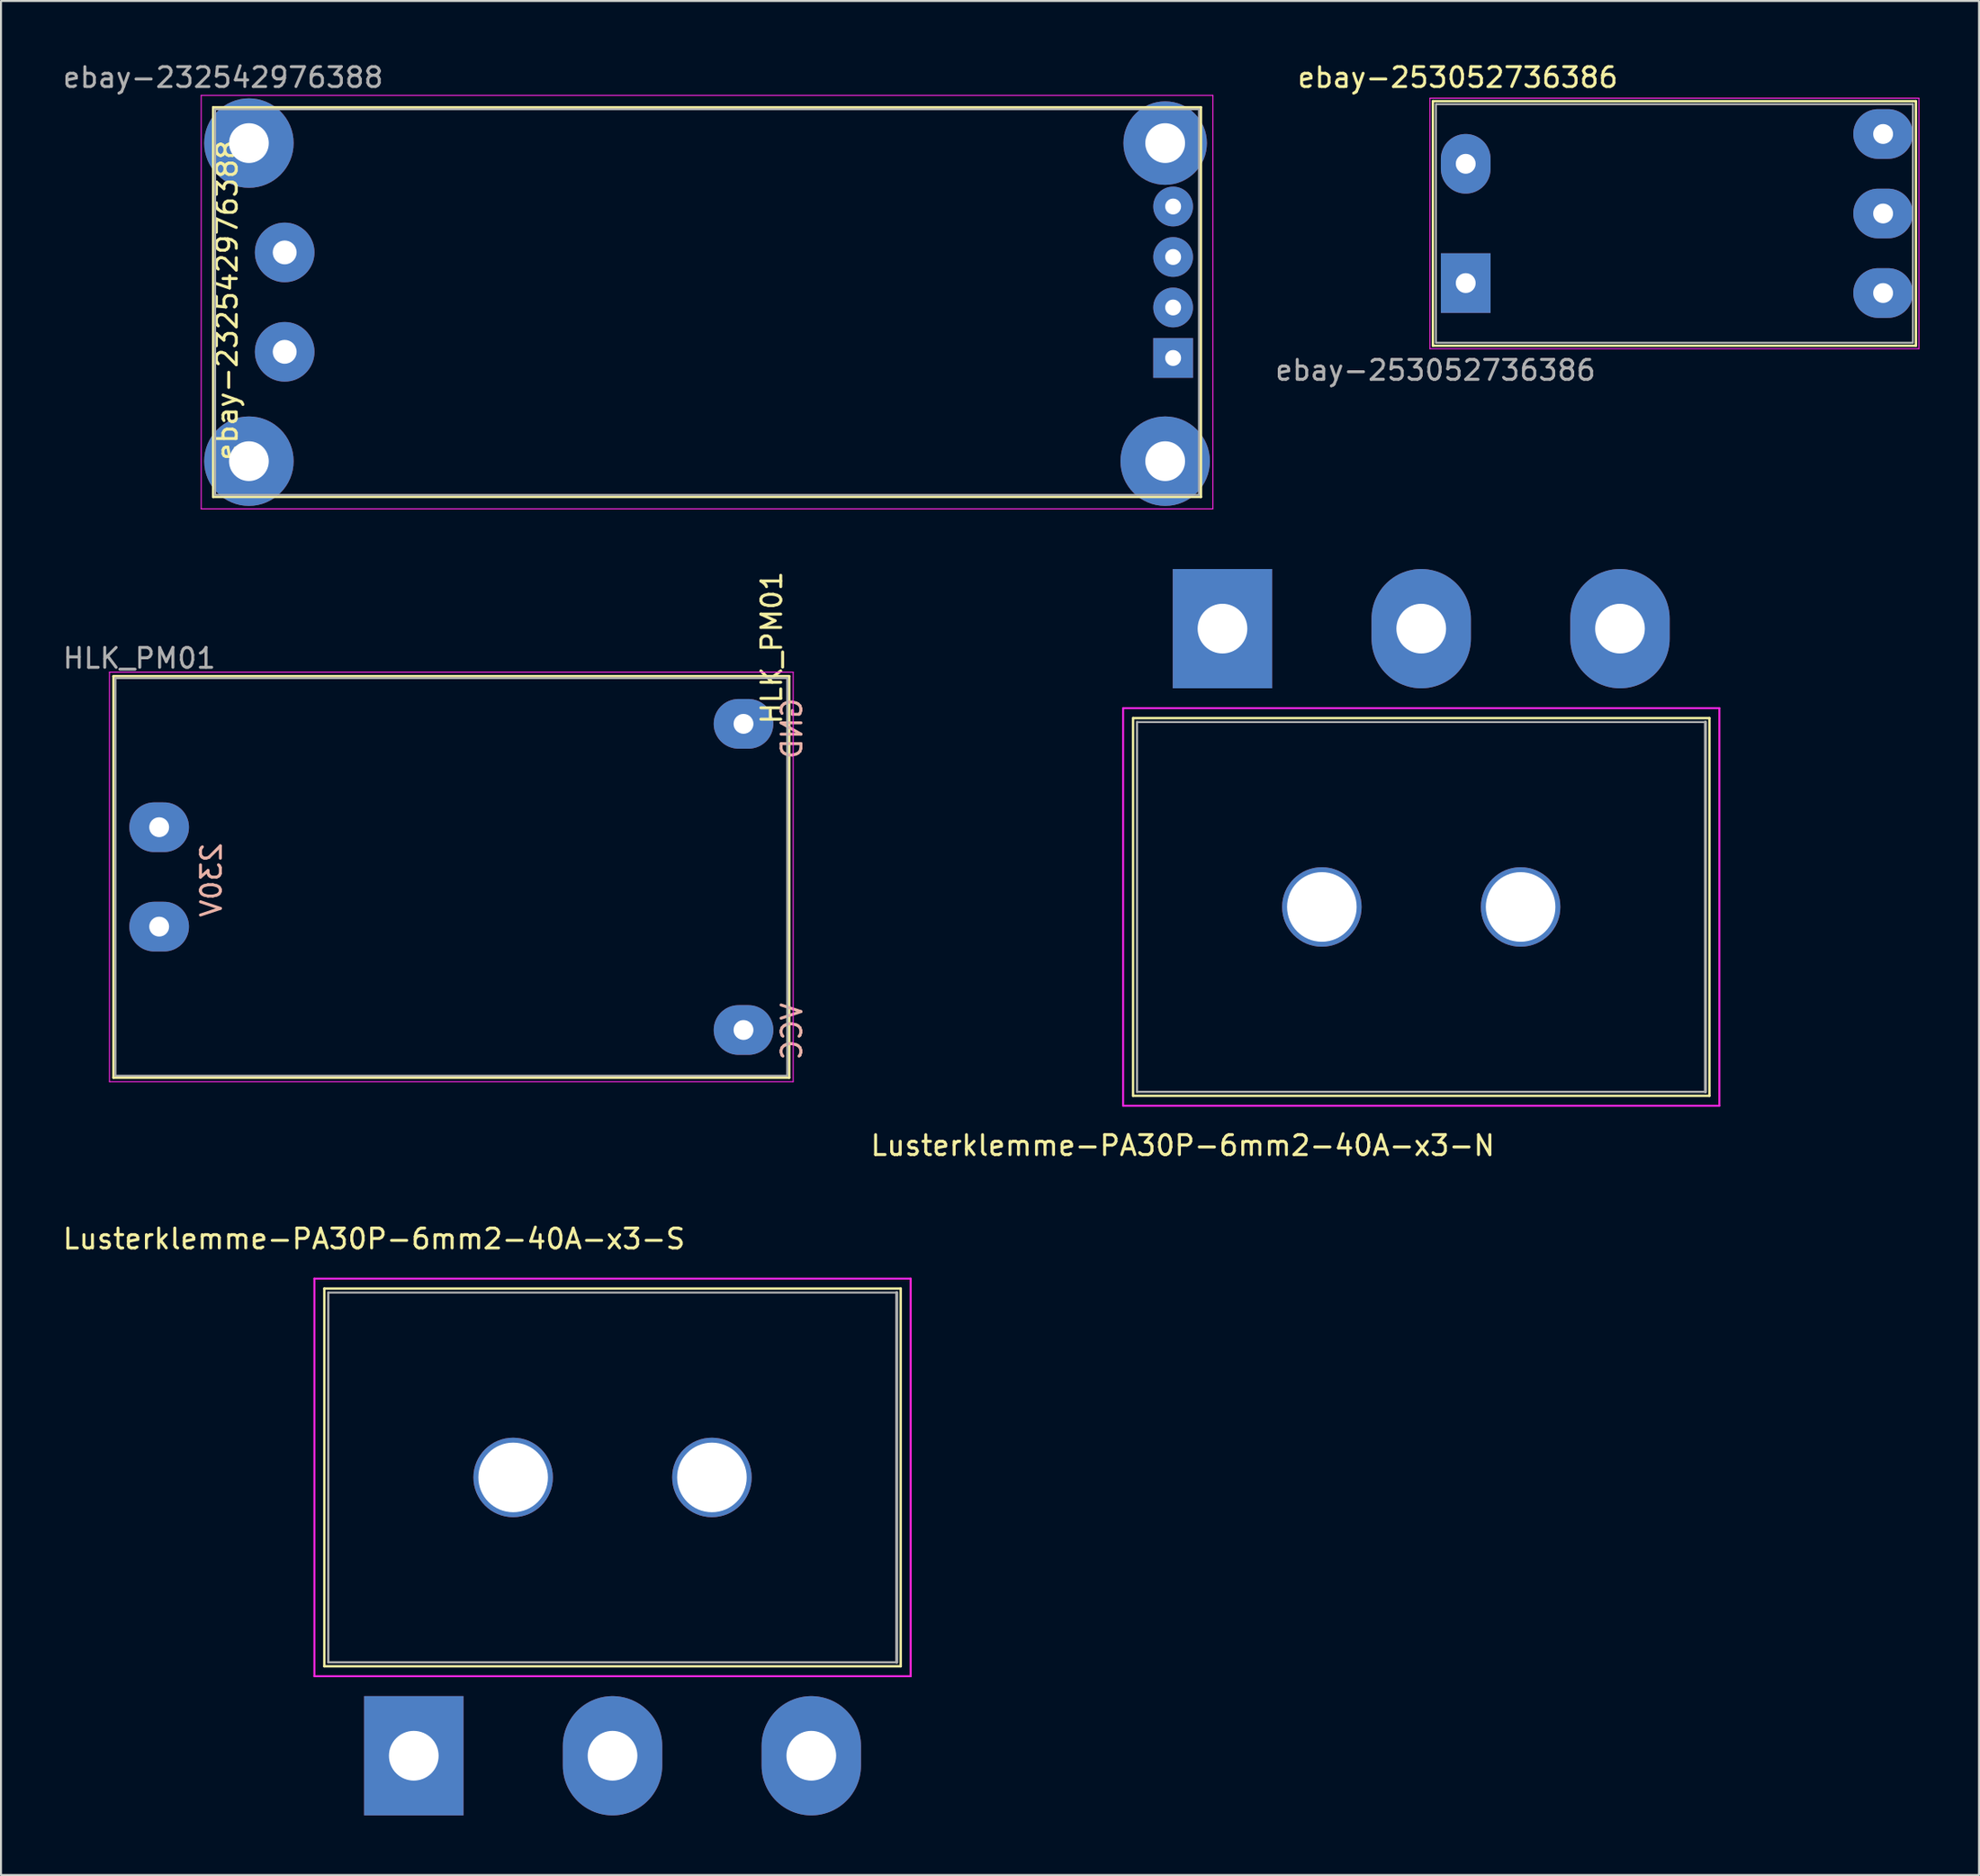
<source format=kicad_pcb>
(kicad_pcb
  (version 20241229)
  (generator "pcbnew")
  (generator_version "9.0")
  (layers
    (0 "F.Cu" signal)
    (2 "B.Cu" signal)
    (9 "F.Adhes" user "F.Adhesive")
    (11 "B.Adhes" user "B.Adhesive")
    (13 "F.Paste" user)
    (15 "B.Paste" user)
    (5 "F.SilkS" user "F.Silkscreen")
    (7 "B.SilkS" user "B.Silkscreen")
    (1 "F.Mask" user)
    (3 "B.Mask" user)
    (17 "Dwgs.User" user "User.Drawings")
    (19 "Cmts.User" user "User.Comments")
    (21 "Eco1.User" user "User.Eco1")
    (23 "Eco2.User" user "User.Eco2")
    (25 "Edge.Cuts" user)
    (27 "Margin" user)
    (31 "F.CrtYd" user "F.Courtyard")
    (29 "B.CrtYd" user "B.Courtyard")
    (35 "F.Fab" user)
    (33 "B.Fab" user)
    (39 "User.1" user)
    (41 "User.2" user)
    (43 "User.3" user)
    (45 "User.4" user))
  (footprint "ebay-253052736386"
    (layer "F.Cu")
    (at 70.694 8.19)
    (property "Reference" "ebay-253052736386" (at -0.4 -7.342 0) (layer "F.SilkS") (effects (font (size 1 1) (thickness 0.15))))
    (attr through_hole)
    (fp_line (start -1.65 -6.15) (end -1.65 6.15) (stroke (width 0.12) (type solid)) (layer "F.SilkS"))
    (fp_line (start -1.65 6.15) (end 22.65 6.15) (stroke (width 0.12) (type solid)) (layer "F.SilkS"))
    (fp_line (start 22.65 -6.15) (end -1.65 -6.15) (stroke (width 0.12) (type solid)) (layer "F.SilkS"))
    (fp_line (start 22.65 6.15) (end 22.65 -6.15) (stroke (width 0.12) (type solid)) (layer "F.SilkS"))
    (fp_line (start -1.8 -6.3) (end -1.8 6.3) (stroke (width 0.05) (type solid)) (layer "F.CrtYd"))
    (fp_line (start -1.8 -6.3) (end 22.8 -6.3) (stroke (width 0.05) (type solid)) (layer "F.CrtYd"))
    (fp_line (start 22.8 6.3) (end -1.8 6.3) (stroke (width 0.05) (type solid)) (layer "F.CrtYd"))
    (fp_line (start 22.8 6.3) (end 22.8 -6.3) (stroke (width 0.05) (type solid)) (layer "F.CrtYd"))
    (fp_line (start -1.5 -6) (end 22.5 -6) (stroke (width 0.1) (type solid)) (layer "F.Fab"))
    (fp_line (start -1.5 6) (end -1.5 -6) (stroke (width 0.1) (type solid)) (layer "F.Fab"))
    (fp_line (start 22.5 6) (end -1.5 6) (stroke (width 0.1) (type solid)) (layer "F.Fab"))
    (fp_line (start 22.5 6) (end 22.5 -6) (stroke (width 0.1) (type solid)) (layer "F.Fab"))
    (fp_text user "${REFERENCE}" (at -1.524 7.385 0) (layer "F.Fab") (effects (font (size 1 1) (thickness 0.15))))
    (pad "1" thru_hole rect (at 0 3 90) (size 3 2.5) (drill 1) (layers "*.Cu" "*.Mask"))
    (pad "2" thru_hole oval (at 0 -3 90) (size 3 2.5) (drill 1) (layers "*.Cu" "*.Mask"))
    (pad "3" thru_hole oval (at 21 -4.5 90) (size 2.5 3) (drill 1) (layers "*.Cu" "*.Mask"))
    (pad "4" thru_hole oval (at 21 -0.5 90) (size 2.5 3) (drill 1) (layers "*.Cu" "*.Mask"))
    (pad "5" thru_hole oval (at 21 3.5 90) (size 2.5 3) (drill 1) (layers "*.Cu" "*.Mask")))
  (footprint "Lusterklemme-PA30P-6mm2-40A-x3-S"
    (layer "F.Cu")
    (at 27.768 71.27)
    (property "Reference" "Lusterklemme-PA30P-6mm2-40A-x3-S" (at -12 -12 0) (layer "F.SilkS") (effects (font (size 1 1) (thickness 0.15))))
    (attr through_hole)
    (fp_line (start -14.5 -9.5) (end 14.5 -9.5) (stroke (width 0.12) (type solid)) (layer "F.SilkS"))
    (fp_line (start -14.5 9.5) (end -14.5 -9.5) (stroke (width 0.12) (type solid)) (layer "F.SilkS"))
    (fp_line (start 14.5 -9.5) (end 14.5 9.5) (stroke (width 0.12) (type solid)) (layer "F.SilkS"))
    (fp_line (start 14.5 9.5) (end -14.5 9.5) (stroke (width 0.12) (type solid)) (layer "F.SilkS"))
    (fp_line (start -15 -10) (end 15 -10) (stroke (width 0.1) (type solid)) (layer "F.CrtYd"))
    (fp_line (start -15 10) (end -15 -10) (stroke (width 0.1) (type solid)) (layer "F.CrtYd"))
    (fp_line (start 15 -10) (end 15 10) (stroke (width 0.1) (type solid)) (layer "F.CrtYd"))
    (fp_line (start 15 10) (end -15 10) (stroke (width 0.1) (type solid)) (layer "F.CrtYd"))
    (fp_line (start -14.3 -9.3) (end 14.3 -9.3) (stroke (width 0.1) (type solid)) (layer "F.Fab"))
    (fp_line (start -14.3 9.3) (end -14.3 -9.3) (stroke (width 0.11) (type solid)) (layer "F.Fab"))
    (fp_line (start 14.3 -9.3) (end 14.3 9.3) (stroke (width 0.15) (type solid)) (layer "F.Fab"))
    (fp_line (start 14.3 9.3) (end -14.3 9.3) (stroke (width 0.11) (type solid)) (layer "F.Fab"))
    (pad "" np_thru_hole circle (at -5 0) (size 4 4) (drill 3.5) (layers "*.Cu" "*.Mask"))
    (pad "" np_thru_hole circle (at 5 0) (size 4 4) (drill 3.5) (layers "*.Cu" "*.Mask"))
    (pad "1" thru_hole rect (at -10 14) (size 5 6) (drill 2.5) (layers "*.Cu" "*.Mask"))
    (pad "2" thru_hole oval (at 0 14) (size 5 6) (drill 2.5) (layers "*.Cu" "*.Mask"))
    (pad "3" thru_hole oval (at 10 14) (size 5 6) (drill 2.5) (layers "*.Cu" "*.Mask")))
  (footprint "Lusterklemme-PA30P-6mm2-40A-x3-N"
    (layer "F.Cu")
    (at 68.456 42.573)
    (property "Reference" "Lusterklemme-PA30P-6mm2-40A-x3-N" (at -12 12 0) (layer "F.SilkS") (effects (font (size 1 1) (thickness 0.15))))
    (attr through_hole)
    (fp_line (start -14.5 -9.5) (end 14.5 -9.5) (stroke (width 0.12) (type solid)) (layer "F.SilkS"))
    (fp_line (start -14.5 9.5) (end -14.5 -9.5) (stroke (width 0.12) (type solid)) (layer "F.SilkS"))
    (fp_line (start 14.5 -9.5) (end 14.5 9.5) (stroke (width 0.12) (type solid)) (layer "F.SilkS"))
    (fp_line (start 14.5 9.5) (end -14.5 9.5) (stroke (width 0.12) (type solid)) (layer "F.SilkS"))
    (fp_line (start -15 -10) (end 15 -10) (stroke (width 0.1) (type solid)) (layer "F.CrtYd"))
    (fp_line (start -15 10) (end -15 -10) (stroke (width 0.1) (type solid)) (layer "F.CrtYd"))
    (fp_line (start 15 -10) (end 15 10) (stroke (width 0.1) (type solid)) (layer "F.CrtYd"))
    (fp_line (start 15 10) (end -15 10) (stroke (width 0.1) (type solid)) (layer "F.CrtYd"))
    (fp_line (start -14.3 -9.3) (end 14.3 -9.3) (stroke (width 0.1) (type solid)) (layer "F.Fab"))
    (fp_line (start -14.3 9.3) (end -14.3 -9.3) (stroke (width 0.11) (type solid)) (layer "F.Fab"))
    (fp_line (start 14.3 -9.3) (end 14.3 9.3) (stroke (width 0.15) (type solid)) (layer "F.Fab"))
    (fp_line (start 14.3 9.3) (end -14.3 9.3) (stroke (width 0.11) (type solid)) (layer "F.Fab"))
    (pad "" np_thru_hole circle (at -5 0) (size 4 4) (drill 3.5) (layers "*.Cu" "*.Mask"))
    (pad "" np_thru_hole circle (at 5 0) (size 4 4) (drill 3.5) (layers "*.Cu" "*.Mask"))
    (pad "1" thru_hole rect (at -10 -14) (size 5 6) (drill 2.5) (layers "*.Cu" "*.Mask"))
    (pad "2" thru_hole oval (at 0 -14) (size 5 6) (drill 2.5) (layers "*.Cu" "*.Mask"))
    (pad "3" thru_hole oval (at 10 -14) (size 5 6) (drill 2.5) (layers "*.Cu" "*.Mask")))
  (footprint "ebay-232542976388"
    (layer "F.Cu")
    (at 11.273 12.148)
    (property "Reference" "ebay-232542976388" (at -2.89 -0.09 90) (layer "F.SilkS") (effects (font (size 1 1) (thickness 0.15))))
    (attr through_hole)
    (fp_line (start -3.6 -9.8) (end -3.6 9.8) (stroke (width 0.12) (type solid)) (layer "F.SilkS"))
    (fp_line (start -3.6 -9.8) (end 46.1 -9.8) (stroke (width 0.12) (type solid)) (layer "F.SilkS"))
    (fp_line (start -3.6 9.8) (end 46.1 9.8) (stroke (width 0.12) (type solid)) (layer "F.SilkS"))
    (fp_line (start 46.1 -9.8) (end 46.1 9.8) (stroke (width 0.12) (type solid)) (layer "F.SilkS"))
    (fp_line (start -4.2 -10.4) (end -4.2 10.4) (stroke (width 0.05) (type solid)) (layer "F.CrtYd"))
    (fp_line (start -4.2 -10.4) (end 46.7 -10.4) (stroke (width 0.05) (type solid)) (layer "F.CrtYd"))
    (fp_line (start -4.2 10.4) (end 46.7 10.4) (stroke (width 0.05) (type solid)) (layer "F.CrtYd"))
    (fp_line (start 46.7 -10.4) (end 46.7 10.4) (stroke (width 0.05) (type solid)) (layer "F.CrtYd"))
    (fp_line (start -3.5 -9.7) (end -3.5 9.7) (stroke (width 0.1) (type solid)) (layer "F.Fab"))
    (fp_line (start -3.5 -9.7) (end 46 -9.7) (stroke (width 0.1) (type solid)) (layer "F.Fab"))
    (fp_line (start -3.5 9.7) (end 46 9.7) (stroke (width 0.1) (type solid)) (layer "F.Fab"))
    (fp_line (start 46 -9.7) (end 46 9.7) (stroke (width 0.1) (type solid)) (layer "F.Fab"))
    (fp_text user "${REFERENCE}" (at -3.1 -11.3 0) (layer "F.Fab") (effects (font (size 1 1) (thickness 0.15))))
    (pad "" np_thru_hole circle (at -1.8 -8 90) (size 4.5 4.5) (drill 2) (layers "*.Cu" "*.Mask"))
    (pad "" np_thru_hole circle (at -1.8 8 90) (size 4.5 4.5) (drill 2) (layers "*.Cu" "*.Mask"))
    (pad "" np_thru_hole circle (at 44.3 -8 90) (size 4.2 4.2) (drill 2) (layers "*.Cu" "*.Mask"))
    (pad "" np_thru_hole circle (at 44.3 8 90) (size 4.5 4.5) (drill 2) (layers "*.Cu" "*.Mask"))
    (pad "1" thru_hole rect (at 44.7 2.81 90) (size 2 2) (drill 0.8) (layers "*.Cu" "*.Mask"))
    (pad "2" thru_hole circle (at 44.7 0.27 90) (size 2 2) (drill 0.8) (layers "*.Cu" "*.Mask"))
    (pad "3" thru_hole circle (at 44.7 -2.27 90) (size 2 2) (drill 0.8) (layers "*.Cu" "*.Mask"))
    (pad "4" thru_hole circle (at 44.7 -4.81 90) (size 2 2) (drill 0.8) (layers "*.Cu" "*.Mask"))
    (pad "5" thru_hole circle (at 0 2.5 90) (size 3 3) (drill 1.2) (layers "*.Cu" "*.Mask"))
    (pad "6" thru_hole circle (at 0 -2.5 90) (size 3 3) (drill 1.2) (layers "*.Cu" "*.Mask")))
  (footprint "HLK_PM01"
    (layer "F.Cu")
    (at 4.958 41.062)
    (property "Reference" "HLK_PM01" (at 30.818 -11.53 90) (layer "F.SilkS") (effects (font (size 1 1) (thickness 0.15))))
    (attr through_hole)
    (fp_line (start -2.3 -10.1) (end -2.3 10.1) (stroke (width 0.12) (type solid)) (layer "F.SilkS"))
    (fp_line (start -2.3 -10.1) (end 31.7 -10.1) (stroke (width 0.12) (type solid)) (layer "F.SilkS"))
    (fp_line (start -2.3 10.1) (end 31.7 10.1) (stroke (width 0.12) (type solid)) (layer "F.SilkS"))
    (fp_line (start 31.7 -10.1) (end 31.7 10.1) (stroke (width 0.12) (type solid)) (layer "F.SilkS"))
    (fp_line (start -2.5 -10.3) (end 31.9 -10.3) (stroke (width 0.05) (type solid)) (layer "F.CrtYd"))
    (fp_line (start -2.5 10.3) (end -2.5 -10.3) (stroke (width 0.05) (type solid)) (layer "F.CrtYd"))
    (fp_line (start 31.9 -10.3) (end 31.9 10.3) (stroke (width 0.05) (type solid)) (layer "F.CrtYd"))
    (fp_line (start 31.9 10.3) (end -2.5 10.3) (stroke (width 0.05) (type solid)) (layer "F.CrtYd"))
    (fp_line (start -2.2 -10) (end -2.2 10) (stroke (width 0.1) (type solid)) (layer "F.Fab"))
    (fp_line (start -2.2 -10) (end 31.6 -10) (stroke (width 0.1) (type solid)) (layer "F.Fab"))
    (fp_line (start 31.6 -10) (end 31.6 10) (stroke (width 0.1) (type solid)) (layer "F.Fab"))
    (fp_line (start 31.6 10) (end -2.2 10) (stroke (width 0.1) (type solid)) (layer "F.Fab"))
    (fp_text user "VCC" (at 31.834 7.774 90) (layer "B.SilkS") (effects (font (size 1 1) (thickness 0.15)) (justify mirror)))
    (fp_text user "230V" (at 2.624 0.154 90) (layer "B.SilkS") (effects (font (size 1 1) (thickness 0.15)) (justify mirror)))
    (fp_text user "GND" (at 31.834 -7.466 90) (layer "B.SilkS") (effects (font (size 1 1) (thickness 0.15)) (justify mirror)))
    (fp_text user "${REFERENCE}" (at -1 -11 0) (layer "F.Fab") (effects (font (size 1 1) (thickness 0.15))))
    (pad "1" thru_hole oval (at 29.4 -7.7 90) (size 2.5 3) (drill 1) (layers "*.Cu" "*.Mask"))
    (pad "2" thru_hole oval (at 29.4 7.7 90) (size 2.5 3) (drill 1) (layers "*.Cu" "*.Mask"))
    (pad "3" thru_hole oval (at 0 2.5 90) (size 2.5 3) (drill 1) (layers "*.Cu" "*.Mask"))
    (pad "4" thru_hole oval (at 0 -2.5 90) (size 2.5 3) (drill 1) (layers "*.Cu" "*.Mask")))
  (gr_rect
    (start -3 -3)
    (end 96.519 91.27)
    (stroke (width 0.1) (type default))
    (fill no)
    (layer "Edge.Cuts")))
</source>
